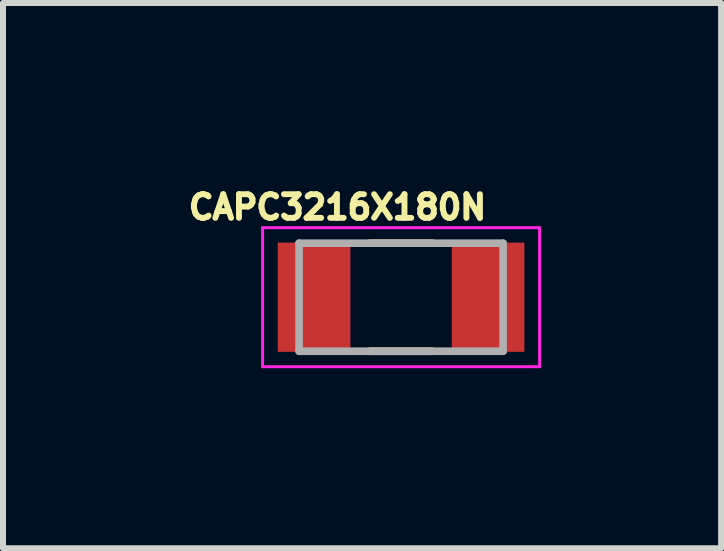
<source format=kicad_pcb>
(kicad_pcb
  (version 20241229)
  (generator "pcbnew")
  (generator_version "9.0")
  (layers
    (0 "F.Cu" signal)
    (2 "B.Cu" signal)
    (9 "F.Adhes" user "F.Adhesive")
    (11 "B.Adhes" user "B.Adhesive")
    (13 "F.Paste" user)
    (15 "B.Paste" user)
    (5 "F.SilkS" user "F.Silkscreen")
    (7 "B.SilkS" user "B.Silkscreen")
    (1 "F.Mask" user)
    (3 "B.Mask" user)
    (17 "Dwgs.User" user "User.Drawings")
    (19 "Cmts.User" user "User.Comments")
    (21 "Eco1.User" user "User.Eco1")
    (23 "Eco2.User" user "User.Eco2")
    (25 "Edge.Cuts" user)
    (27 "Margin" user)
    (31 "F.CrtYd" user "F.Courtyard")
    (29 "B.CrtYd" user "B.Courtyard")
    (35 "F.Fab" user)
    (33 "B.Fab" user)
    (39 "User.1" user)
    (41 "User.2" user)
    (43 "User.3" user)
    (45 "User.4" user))
  (footprint "CAPC3216X180N"
    (layer "F.Cu")
    (at 3.634 1.903)
    (property "Reference" "CAPC3216X180N" (at -1.06 -1.5 0) (layer "F.SilkS") (effects (font (size 0.394 0.394) (thickness 0.15))))
    (attr smd)
    (fp_line (start -0.52 -0.9) (end 0.52 -0.9) (stroke (width 0.127) (type solid)) (layer "F.SilkS"))
    (fp_line (start -0.52 0.9) (end 0.52 0.9) (stroke (width 0.127) (type solid)) (layer "F.SilkS"))
    (fp_line (start -2.308 -1.158) (end 2.308 -1.158) (stroke (width 0.05) (type solid)) (layer "F.CrtYd"))
    (fp_line (start -2.308 1.158) (end -2.308 -1.158) (stroke (width 0.05) (type solid)) (layer "F.CrtYd"))
    (fp_line (start -2.308 1.158) (end 2.308 1.158) (stroke (width 0.05) (type solid)) (layer "F.CrtYd"))
    (fp_line (start 2.308 1.158) (end 2.308 -1.158) (stroke (width 0.05) (type solid)) (layer "F.CrtYd"))
    (fp_line (start -1.7 0.9) (end -1.7 -0.9) (stroke (width 0.127) (type solid)) (layer "F.Fab"))
    (fp_line (start 1.7 -0.9) (end -1.7 -0.9) (stroke (width 0.127) (type solid)) (layer "F.Fab"))
    (fp_line (start 1.7 0.9) (end -1.7 0.9) (stroke (width 0.127) (type solid)) (layer "F.Fab"))
    (fp_line (start 1.7 0.9) (end 1.7 -0.9) (stroke (width 0.127) (type solid)) (layer "F.Fab"))
    (pad "1" smd rect (at -1.45 0) (size 1.21 1.82) (layers "F.Cu" "F.Mask" "F.Paste"))
    (pad "2" smd rect (at 1.45 0) (size 1.21 1.82) (layers "F.Cu" "F.Mask" "F.Paste")))
  (gr_rect
    (start -3 -3)
    (end 8.967 6.086)
    (stroke (width 0.1) (type default))
    (fill no)
    (layer "Edge.Cuts")))
</source>
